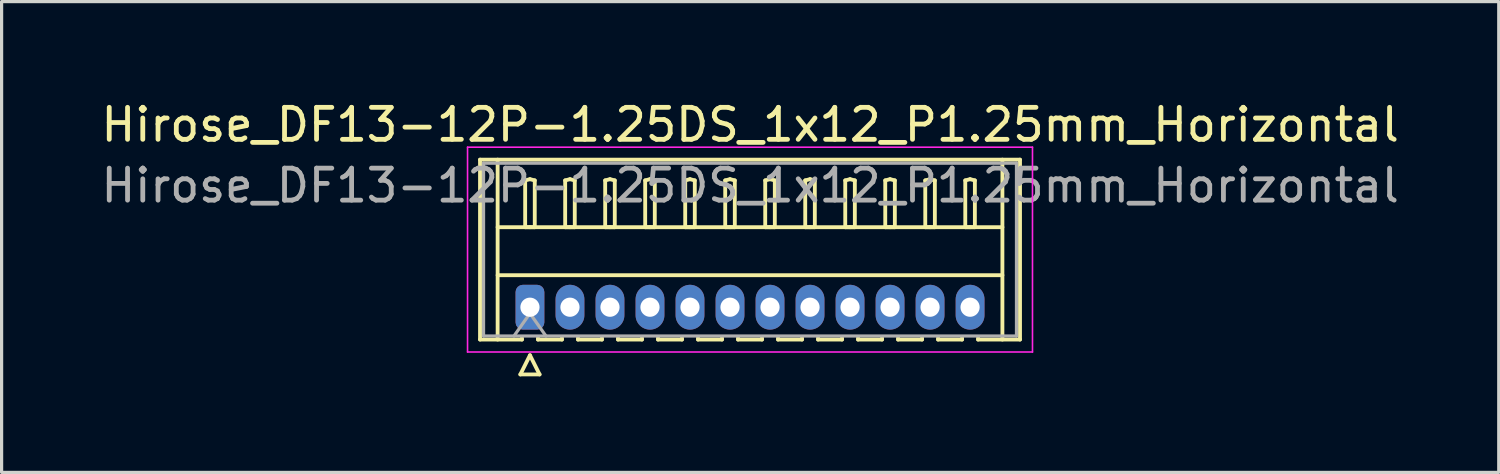
<source format=kicad_pcb>
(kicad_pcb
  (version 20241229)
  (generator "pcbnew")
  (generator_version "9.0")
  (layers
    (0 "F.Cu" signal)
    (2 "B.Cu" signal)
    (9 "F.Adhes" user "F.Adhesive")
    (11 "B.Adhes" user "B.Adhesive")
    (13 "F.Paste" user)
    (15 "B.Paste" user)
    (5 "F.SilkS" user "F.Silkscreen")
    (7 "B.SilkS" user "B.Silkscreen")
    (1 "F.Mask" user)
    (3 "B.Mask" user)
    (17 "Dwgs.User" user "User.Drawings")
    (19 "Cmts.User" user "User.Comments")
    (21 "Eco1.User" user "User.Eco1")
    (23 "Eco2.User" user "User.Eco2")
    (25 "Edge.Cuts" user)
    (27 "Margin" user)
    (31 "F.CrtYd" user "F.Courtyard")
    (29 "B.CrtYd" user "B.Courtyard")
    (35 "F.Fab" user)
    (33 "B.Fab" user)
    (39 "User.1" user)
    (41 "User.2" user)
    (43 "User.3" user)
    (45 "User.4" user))
  (footprint "Hirose_DF13-12P-1.25DS_1x12_P1.25mm_Horizontal"
    (layer "F.Cu")
    (at 13.507 6.548)
    (property "Reference" "Hirose_DF13-12P-1.25DS_1x12_P1.25mm_Horizontal" (at 6.88 -5.7 0) (layer "F.SilkS") (effects (font (size 1 1) (thickness 0.15))))
    (attr through_hole)
    (fp_line (start -1.56 -4.61) (end 15.31 -4.61) (stroke (width 0.12) (type solid)) (layer "F.SilkS"))
    (fp_line (start -1.56 1.01) (end -1.56 -4.61) (stroke (width 0.12) (type solid)) (layer "F.SilkS"))
    (fp_line (start -1.01 -4.61) (end -1.01 1.01) (stroke (width 0.12) (type solid)) (layer "F.SilkS"))
    (fp_line (start -1.01 -2.5) (end 14.76 -2.5) (stroke (width 0.12) (type solid)) (layer "F.SilkS"))
    (fp_line (start -1.01 -1) (end 14.76 -1) (stroke (width 0.12) (type solid)) (layer "F.SilkS"))
    (fp_line (start -0.3 2.1) (end 0.3 2.1) (stroke (width 0.12) (type solid)) (layer "F.SilkS"))
    (fp_line (start -0.25 0.96) (end -0.25 1.01) (stroke (width 0.12) (type solid)) (layer "F.SilkS"))
    (fp_line (start -0.25 1.01) (end -1.56 1.01) (stroke (width 0.12) (type solid)) (layer "F.SilkS"))
    (fp_line (start -0.15 -3.962) (end 0 -4) (stroke (width 0.12) (type solid)) (layer "F.SilkS"))
    (fp_line (start -0.15 -2.5) (end -0.15 -3.962) (stroke (width 0.12) (type solid)) (layer "F.SilkS"))
    (fp_line (start 0 -4) (end 0.15 -3.962) (stroke (width 0.12) (type solid)) (layer "F.SilkS"))
    (fp_line (start 0 -2.5) (end -0.15 -2.5) (stroke (width 0.12) (type solid)) (layer "F.SilkS"))
    (fp_line (start 0 1.5) (end -0.3 2.1) (stroke (width 0.12) (type solid)) (layer "F.SilkS"))
    (fp_line (start 0.15 -3.962) (end 0.15 -2.5) (stroke (width 0.12) (type solid)) (layer "F.SilkS"))
    (fp_line (start 0.15 -2.5) (end 0 -2.5) (stroke (width 0.12) (type solid)) (layer "F.SilkS"))
    (fp_line (start 0.25 0.96) (end 0.25 1.01) (stroke (width 0.12) (type solid)) (layer "F.SilkS"))
    (fp_line (start 0.25 1.01) (end 1 1.01) (stroke (width 0.12) (type solid)) (layer "F.SilkS"))
    (fp_line (start 0.3 2.1) (end 0 1.5) (stroke (width 0.12) (type solid)) (layer "F.SilkS"))
    (fp_line (start 1 1.01) (end 1 0.96) (stroke (width 0.12) (type solid)) (layer "F.SilkS"))
    (fp_line (start 1.1 -3.962) (end 1.25 -4) (stroke (width 0.12) (type solid)) (layer "F.SilkS"))
    (fp_line (start 1.1 -2.5) (end 1.1 -3.962) (stroke (width 0.12) (type solid)) (layer "F.SilkS"))
    (fp_line (start 1.25 -4) (end 1.4 -3.962) (stroke (width 0.12) (type solid)) (layer "F.SilkS"))
    (fp_line (start 1.25 -2.5) (end 1.1 -2.5) (stroke (width 0.12) (type solid)) (layer "F.SilkS"))
    (fp_line (start 1.4 -3.962) (end 1.4 -2.5) (stroke (width 0.12) (type solid)) (layer "F.SilkS"))
    (fp_line (start 1.4 -2.5) (end 1.25 -2.5) (stroke (width 0.12) (type solid)) (layer "F.SilkS"))
    (fp_line (start 1.5 0.96) (end 1.5 1.01) (stroke (width 0.12) (type solid)) (layer "F.SilkS"))
    (fp_line (start 1.5 1.01) (end 2.25 1.01) (stroke (width 0.12) (type solid)) (layer "F.SilkS"))
    (fp_line (start 2.25 1.01) (end 2.25 0.96) (stroke (width 0.12) (type solid)) (layer "F.SilkS"))
    (fp_line (start 2.35 -3.962) (end 2.5 -4) (stroke (width 0.12) (type solid)) (layer "F.SilkS"))
    (fp_line (start 2.35 -2.5) (end 2.35 -3.962) (stroke (width 0.12) (type solid)) (layer "F.SilkS"))
    (fp_line (start 2.5 -4) (end 2.65 -3.962) (stroke (width 0.12) (type solid)) (layer "F.SilkS"))
    (fp_line (start 2.5 -2.5) (end 2.35 -2.5) (stroke (width 0.12) (type solid)) (layer "F.SilkS"))
    (fp_line (start 2.65 -3.962) (end 2.65 -2.5) (stroke (width 0.12) (type solid)) (layer "F.SilkS"))
    (fp_line (start 2.65 -2.5) (end 2.5 -2.5) (stroke (width 0.12) (type solid)) (layer "F.SilkS"))
    (fp_line (start 2.75 0.96) (end 2.75 1.01) (stroke (width 0.12) (type solid)) (layer "F.SilkS"))
    (fp_line (start 2.75 1.01) (end 3.5 1.01) (stroke (width 0.12) (type solid)) (layer "F.SilkS"))
    (fp_line (start 3.5 1.01) (end 3.5 0.96) (stroke (width 0.12) (type solid)) (layer "F.SilkS"))
    (fp_line (start 3.6 -3.962) (end 3.75 -4) (stroke (width 0.12) (type solid)) (layer "F.SilkS"))
    (fp_line (start 3.6 -2.5) (end 3.6 -3.962) (stroke (width 0.12) (type solid)) (layer "F.SilkS"))
    (fp_line (start 3.75 -4) (end 3.9 -3.962) (stroke (width 0.12) (type solid)) (layer "F.SilkS"))
    (fp_line (start 3.75 -2.5) (end 3.6 -2.5) (stroke (width 0.12) (type solid)) (layer "F.SilkS"))
    (fp_line (start 3.9 -3.962) (end 3.9 -2.5) (stroke (width 0.12) (type solid)) (layer "F.SilkS"))
    (fp_line (start 3.9 -2.5) (end 3.75 -2.5) (stroke (width 0.12) (type solid)) (layer "F.SilkS"))
    (fp_line (start 4 0.96) (end 4 1.01) (stroke (width 0.12) (type solid)) (layer "F.SilkS"))
    (fp_line (start 4 1.01) (end 4.75 1.01) (stroke (width 0.12) (type solid)) (layer "F.SilkS"))
    (fp_line (start 4.75 1.01) (end 4.75 0.96) (stroke (width 0.12) (type solid)) (layer "F.SilkS"))
    (fp_line (start 4.85 -3.962) (end 5 -4) (stroke (width 0.12) (type solid)) (layer "F.SilkS"))
    (fp_line (start 4.85 -2.5) (end 4.85 -3.962) (stroke (width 0.12) (type solid)) (layer "F.SilkS"))
    (fp_line (start 5 -4) (end 5.15 -3.962) (stroke (width 0.12) (type solid)) (layer "F.SilkS"))
    (fp_line (start 5 -2.5) (end 4.85 -2.5) (stroke (width 0.12) (type solid)) (layer "F.SilkS"))
    (fp_line (start 5.15 -3.962) (end 5.15 -2.5) (stroke (width 0.12) (type solid)) (layer "F.SilkS"))
    (fp_line (start 5.15 -2.5) (end 5 -2.5) (stroke (width 0.12) (type solid)) (layer "F.SilkS"))
    (fp_line (start 5.25 0.96) (end 5.25 1.01) (stroke (width 0.12) (type solid)) (layer "F.SilkS"))
    (fp_line (start 5.25 1.01) (end 6 1.01) (stroke (width 0.12) (type solid)) (layer "F.SilkS"))
    (fp_line (start 6 1.01) (end 6 0.96) (stroke (width 0.12) (type solid)) (layer "F.SilkS"))
    (fp_line (start 6.1 -3.962) (end 6.25 -4) (stroke (width 0.12) (type solid)) (layer "F.SilkS"))
    (fp_line (start 6.1 -2.5) (end 6.1 -3.962) (stroke (width 0.12) (type solid)) (layer "F.SilkS"))
    (fp_line (start 6.25 -4) (end 6.4 -3.962) (stroke (width 0.12) (type solid)) (layer "F.SilkS"))
    (fp_line (start 6.25 -2.5) (end 6.1 -2.5) (stroke (width 0.12) (type solid)) (layer "F.SilkS"))
    (fp_line (start 6.4 -3.962) (end 6.4 -2.5) (stroke (width 0.12) (type solid)) (layer "F.SilkS"))
    (fp_line (start 6.4 -2.5) (end 6.25 -2.5) (stroke (width 0.12) (type solid)) (layer "F.SilkS"))
    (fp_line (start 6.5 0.96) (end 6.5 1.01) (stroke (width 0.12) (type solid)) (layer "F.SilkS"))
    (fp_line (start 6.5 1.01) (end 7.25 1.01) (stroke (width 0.12) (type solid)) (layer "F.SilkS"))
    (fp_line (start 7.25 1.01) (end 7.25 0.96) (stroke (width 0.12) (type solid)) (layer "F.SilkS"))
    (fp_line (start 7.35 -3.962) (end 7.5 -4) (stroke (width 0.12) (type solid)) (layer "F.SilkS"))
    (fp_line (start 7.35 -2.5) (end 7.35 -3.962) (stroke (width 0.12) (type solid)) (layer "F.SilkS"))
    (fp_line (start 7.5 -4) (end 7.65 -3.962) (stroke (width 0.12) (type solid)) (layer "F.SilkS"))
    (fp_line (start 7.5 -2.5) (end 7.35 -2.5) (stroke (width 0.12) (type solid)) (layer "F.SilkS"))
    (fp_line (start 7.65 -3.962) (end 7.65 -2.5) (stroke (width 0.12) (type solid)) (layer "F.SilkS"))
    (fp_line (start 7.65 -2.5) (end 7.5 -2.5) (stroke (width 0.12) (type solid)) (layer "F.SilkS"))
    (fp_line (start 7.75 0.96) (end 7.75 1.01) (stroke (width 0.12) (type solid)) (layer "F.SilkS"))
    (fp_line (start 7.75 1.01) (end 8.5 1.01) (stroke (width 0.12) (type solid)) (layer "F.SilkS"))
    (fp_line (start 8.5 1.01) (end 8.5 0.96) (stroke (width 0.12) (type solid)) (layer "F.SilkS"))
    (fp_line (start 8.6 -3.962) (end 8.75 -4) (stroke (width 0.12) (type solid)) (layer "F.SilkS"))
    (fp_line (start 8.6 -2.5) (end 8.6 -3.962) (stroke (width 0.12) (type solid)) (layer "F.SilkS"))
    (fp_line (start 8.75 -4) (end 8.9 -3.962) (stroke (width 0.12) (type solid)) (layer "F.SilkS"))
    (fp_line (start 8.75 -2.5) (end 8.6 -2.5) (stroke (width 0.12) (type solid)) (layer "F.SilkS"))
    (fp_line (start 8.9 -3.962) (end 8.9 -2.5) (stroke (width 0.12) (type solid)) (layer "F.SilkS"))
    (fp_line (start 8.9 -2.5) (end 8.75 -2.5) (stroke (width 0.12) (type solid)) (layer "F.SilkS"))
    (fp_line (start 9 0.96) (end 9 1.01) (stroke (width 0.12) (type solid)) (layer "F.SilkS"))
    (fp_line (start 9 1.01) (end 9.75 1.01) (stroke (width 0.12) (type solid)) (layer "F.SilkS"))
    (fp_line (start 9.75 1.01) (end 9.75 0.96) (stroke (width 0.12) (type solid)) (layer "F.SilkS"))
    (fp_line (start 9.85 -3.962) (end 10 -4) (stroke (width 0.12) (type solid)) (layer "F.SilkS"))
    (fp_line (start 9.85 -2.5) (end 9.85 -3.962) (stroke (width 0.12) (type solid)) (layer "F.SilkS"))
    (fp_line (start 10 -4) (end 10.15 -3.962) (stroke (width 0.12) (type solid)) (layer "F.SilkS"))
    (fp_line (start 10 -2.5) (end 9.85 -2.5) (stroke (width 0.12) (type solid)) (layer "F.SilkS"))
    (fp_line (start 10.15 -3.962) (end 10.15 -2.5) (stroke (width 0.12) (type solid)) (layer "F.SilkS"))
    (fp_line (start 10.15 -2.5) (end 10 -2.5) (stroke (width 0.12) (type solid)) (layer "F.SilkS"))
    (fp_line (start 10.25 0.96) (end 10.25 1.01) (stroke (width 0.12) (type solid)) (layer "F.SilkS"))
    (fp_line (start 10.25 1.01) (end 11 1.01) (stroke (width 0.12) (type solid)) (layer "F.SilkS"))
    (fp_line (start 11 1.01) (end 11 0.96) (stroke (width 0.12) (type solid)) (layer "F.SilkS"))
    (fp_line (start 11.1 -3.962) (end 11.25 -4) (stroke (width 0.12) (type solid)) (layer "F.SilkS"))
    (fp_line (start 11.1 -2.5) (end 11.1 -3.962) (stroke (width 0.12) (type solid)) (layer "F.SilkS"))
    (fp_line (start 11.25 -4) (end 11.4 -3.962) (stroke (width 0.12) (type solid)) (layer "F.SilkS"))
    (fp_line (start 11.25 -2.5) (end 11.1 -2.5) (stroke (width 0.12) (type solid)) (layer "F.SilkS"))
    (fp_line (start 11.4 -3.962) (end 11.4 -2.5) (stroke (width 0.12) (type solid)) (layer "F.SilkS"))
    (fp_line (start 11.4 -2.5) (end 11.25 -2.5) (stroke (width 0.12) (type solid)) (layer "F.SilkS"))
    (fp_line (start 11.5 0.96) (end 11.5 1.01) (stroke (width 0.12) (type solid)) (layer "F.SilkS"))
    (fp_line (start 11.5 1.01) (end 12.25 1.01) (stroke (width 0.12) (type solid)) (layer "F.SilkS"))
    (fp_line (start 12.25 1.01) (end 12.25 0.96) (stroke (width 0.12) (type solid)) (layer "F.SilkS"))
    (fp_line (start 12.35 -3.962) (end 12.5 -4) (stroke (width 0.12) (type solid)) (layer "F.SilkS"))
    (fp_line (start 12.35 -2.5) (end 12.35 -3.962) (stroke (width 0.12) (type solid)) (layer "F.SilkS"))
    (fp_line (start 12.5 -4) (end 12.65 -3.962) (stroke (width 0.12) (type solid)) (layer "F.SilkS"))
    (fp_line (start 12.5 -2.5) (end 12.35 -2.5) (stroke (width 0.12) (type solid)) (layer "F.SilkS"))
    (fp_line (start 12.65 -3.962) (end 12.65 -2.5) (stroke (width 0.12) (type solid)) (layer "F.SilkS"))
    (fp_line (start 12.65 -2.5) (end 12.5 -2.5) (stroke (width 0.12) (type solid)) (layer "F.SilkS"))
    (fp_line (start 12.75 0.96) (end 12.75 1.01) (stroke (width 0.12) (type solid)) (layer "F.SilkS"))
    (fp_line (start 12.75 1.01) (end 13.5 1.01) (stroke (width 0.12) (type solid)) (layer "F.SilkS"))
    (fp_line (start 13.5 1.01) (end 13.5 0.96) (stroke (width 0.12) (type solid)) (layer "F.SilkS"))
    (fp_line (start 13.6 -3.962) (end 13.75 -4) (stroke (width 0.12) (type solid)) (layer "F.SilkS"))
    (fp_line (start 13.6 -2.5) (end 13.6 -3.962) (stroke (width 0.12) (type solid)) (layer "F.SilkS"))
    (fp_line (start 13.75 -4) (end 13.9 -3.962) (stroke (width 0.12) (type solid)) (layer "F.SilkS"))
    (fp_line (start 13.75 -2.5) (end 13.6 -2.5) (stroke (width 0.12) (type solid)) (layer "F.SilkS"))
    (fp_line (start 13.9 -3.962) (end 13.9 -2.5) (stroke (width 0.12) (type solid)) (layer "F.SilkS"))
    (fp_line (start 13.9 -2.5) (end 13.75 -2.5) (stroke (width 0.12) (type solid)) (layer "F.SilkS"))
    (fp_line (start 14 1.01) (end 14 0.96) (stroke (width 0.12) (type solid)) (layer "F.SilkS"))
    (fp_line (start 14.76 -4.61) (end 14.76 1.01) (stroke (width 0.12) (type solid)) (layer "F.SilkS"))
    (fp_line (start 15.31 -4.61) (end 15.31 1.01) (stroke (width 0.12) (type solid)) (layer "F.SilkS"))
    (fp_line (start 15.31 1.01) (end 14 1.01) (stroke (width 0.12) (type solid)) (layer "F.SilkS"))
    (fp_line (start -1.95 -5) (end -1.95 1.4) (stroke (width 0.05) (type solid)) (layer "F.CrtYd"))
    (fp_line (start -1.95 1.4) (end 15.7 1.4) (stroke (width 0.05) (type solid)) (layer "F.CrtYd"))
    (fp_line (start 15.7 -5) (end -1.95 -5) (stroke (width 0.05) (type solid)) (layer "F.CrtYd"))
    (fp_line (start 15.7 1.4) (end 15.7 -5) (stroke (width 0.05) (type solid)) (layer "F.CrtYd"))
    (fp_line (start -1.45 -4.5) (end -1.45 0.9) (stroke (width 0.1) (type solid)) (layer "F.Fab"))
    (fp_line (start -1.45 0.9) (end 15.2 0.9) (stroke (width 0.1) (type solid)) (layer "F.Fab"))
    (fp_line (start -0.5 0.9) (end 0 0.193) (stroke (width 0.1) (type solid)) (layer "F.Fab"))
    (fp_line (start 0 0.193) (end 0.5 0.9) (stroke (width 0.1) (type solid)) (layer "F.Fab"))
    (fp_line (start 15.2 -4.5) (end -1.45 -4.5) (stroke (width 0.1) (type solid)) (layer "F.Fab"))
    (fp_line (start 15.2 0.9) (end 15.2 -4.5) (stroke (width 0.1) (type solid)) (layer "F.Fab"))
    (fp_text user "${REFERENCE}" (at 6.88 -3.8 0) (layer "F.Fab") (effects (font (size 1 1) (thickness 0.15))))
    (pad "1" thru_hole roundrect (at 0 0) (size 0.9 1.4) (drill 0.6) (layers "*.Cu" "*.Mask") (roundrect_rratio 0.25))
    (pad "2" thru_hole oval (at 1.25 0) (size 0.9 1.4) (drill 0.6) (layers "*.Cu" "*.Mask"))
    (pad "3" thru_hole oval (at 2.5 0) (size 0.9 1.4) (drill 0.6) (layers "*.Cu" "*.Mask"))
    (pad "4" thru_hole oval (at 3.75 0) (size 0.9 1.4) (drill 0.6) (layers "*.Cu" "*.Mask"))
    (pad "5" thru_hole oval (at 5 0) (size 0.9 1.4) (drill 0.6) (layers "*.Cu" "*.Mask"))
    (pad "6" thru_hole oval (at 6.25 0) (size 0.9 1.4) (drill 0.6) (layers "*.Cu" "*.Mask"))
    (pad "7" thru_hole oval (at 7.5 0) (size 0.9 1.4) (drill 0.6) (layers "*.Cu" "*.Mask"))
    (pad "8" thru_hole oval (at 8.75 0) (size 0.9 1.4) (drill 0.6) (layers "*.Cu" "*.Mask"))
    (pad "9" thru_hole oval (at 10 0) (size 0.9 1.4) (drill 0.6) (layers "*.Cu" "*.Mask"))
    (pad "10" thru_hole oval (at 11.25 0) (size 0.9 1.4) (drill 0.6) (layers "*.Cu" "*.Mask"))
    (pad "11" thru_hole oval (at 12.5 0) (size 0.9 1.4) (drill 0.6) (layers "*.Cu" "*.Mask"))
    (pad "12" thru_hole oval (at 13.75 0) (size 0.9 1.4) (drill 0.6) (layers "*.Cu" "*.Mask")))
  (gr_rect
    (start -3 -3)
    (end 43.774 11.708)
    (stroke (width 0.1) (type default))
    (fill no)
    (layer "Edge.Cuts")))
</source>
